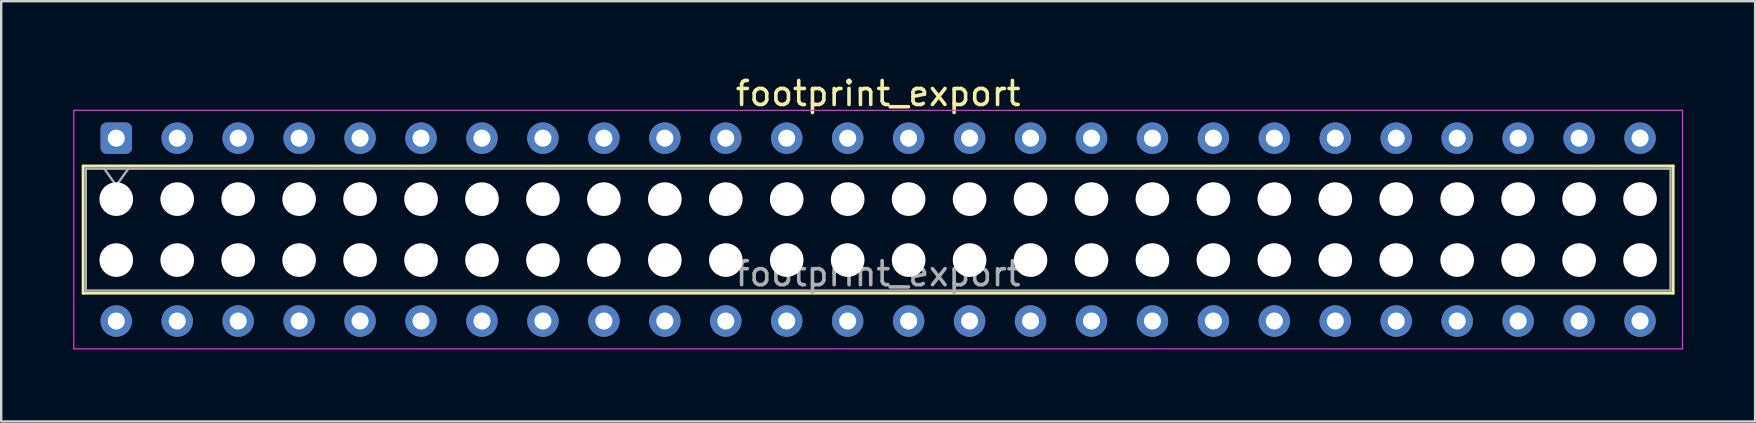
<source format=kicad_pcb>
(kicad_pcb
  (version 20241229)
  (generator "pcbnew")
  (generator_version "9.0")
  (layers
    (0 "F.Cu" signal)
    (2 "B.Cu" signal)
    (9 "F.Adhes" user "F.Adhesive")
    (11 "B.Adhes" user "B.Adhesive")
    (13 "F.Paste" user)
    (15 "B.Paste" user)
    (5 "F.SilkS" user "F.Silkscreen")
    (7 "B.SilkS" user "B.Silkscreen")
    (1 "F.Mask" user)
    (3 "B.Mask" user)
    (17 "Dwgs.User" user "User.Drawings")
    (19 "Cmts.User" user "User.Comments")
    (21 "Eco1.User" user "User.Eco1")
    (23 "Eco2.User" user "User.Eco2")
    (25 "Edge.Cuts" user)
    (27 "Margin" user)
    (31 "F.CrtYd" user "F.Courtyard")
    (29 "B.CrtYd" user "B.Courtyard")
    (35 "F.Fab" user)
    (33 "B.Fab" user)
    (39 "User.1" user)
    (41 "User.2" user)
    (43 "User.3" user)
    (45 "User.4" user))
  (footprint "footprint_export"
    (layer "F.Cu")
    (at 1.795 2.708)
    (property "Reference" "footprint_export" (at 31.75 -1.86 0) (layer "F.SilkS") (effects (font (size 1 1) (thickness 0.15))))
    (attr through_hole)
    (fp_line (start -1.38 1.16) (end 64.88 1.16) (stroke (width 0.12) (type solid)) (layer "F.SilkS"))
    (fp_line (start -1.38 6.46) (end -1.38 1.16) (stroke (width 0.12) (type solid)) (layer "F.SilkS"))
    (fp_line (start 64.88 1.16) (end 64.88 6.46) (stroke (width 0.12) (type solid)) (layer "F.SilkS"))
    (fp_line (start 64.88 6.46) (end -1.38 6.46) (stroke (width 0.12) (type solid)) (layer "F.SilkS"))
    (fp_line (start -1.77 -1.16) (end 65.27 -1.16) (stroke (width 0.05) (type solid)) (layer "F.CrtYd"))
    (fp_line (start -1.77 8.78) (end -1.77 -1.16) (stroke (width 0.05) (type solid)) (layer "F.CrtYd"))
    (fp_line (start 65.27 -1.16) (end 65.27 8.78) (stroke (width 0.05) (type solid)) (layer "F.CrtYd"))
    (fp_line (start 65.27 8.78) (end -1.77 8.78) (stroke (width 0.05) (type solid)) (layer "F.CrtYd"))
    (fp_line (start -1.27 1.27) (end 64.77 1.27) (stroke (width 0.1) (type solid)) (layer "F.Fab"))
    (fp_line (start -1.27 6.35) (end -1.27 1.27) (stroke (width 0.1) (type solid)) (layer "F.Fab"))
    (fp_line (start -0.5 1.27) (end 0 1.977) (stroke (width 0.1) (type solid)) (layer "F.Fab"))
    (fp_line (start 0 1.977) (end 0.5 1.27) (stroke (width 0.1) (type solid)) (layer "F.Fab"))
    (fp_line (start 64.77 1.27) (end 64.77 6.35) (stroke (width 0.1) (type solid)) (layer "F.Fab"))
    (fp_line (start 64.77 6.35) (end -1.27 6.35) (stroke (width 0.1) (type solid)) (layer "F.Fab"))
    (fp_text user "${REFERENCE}" (at 31.75 5.65 0) (layer "F.Fab") (effects (font (size 1 1) (thickness 0.15))))
    (pad "" np_thru_hole circle (at 0 2.54) (size 1.4 1.4) (drill 1.4) (layers "*.Cu" "*.Mask"))
    (pad "" np_thru_hole circle (at 0 5.08) (size 1.4 1.4) (drill 1.4) (layers "*.Cu" "*.Mask"))
    (pad "" np_thru_hole circle (at 2.54 2.54) (size 1.4 1.4) (drill 1.4) (layers "*.Cu" "*.Mask"))
    (pad "" np_thru_hole circle (at 2.54 5.08) (size 1.4 1.4) (drill 1.4) (layers "*.Cu" "*.Mask"))
    (pad "" np_thru_hole circle (at 5.08 2.54) (size 1.4 1.4) (drill 1.4) (layers "*.Cu" "*.Mask"))
    (pad "" np_thru_hole circle (at 5.08 5.08) (size 1.4 1.4) (drill 1.4) (layers "*.Cu" "*.Mask"))
    (pad "" np_thru_hole circle (at 7.62 2.54) (size 1.4 1.4) (drill 1.4) (layers "*.Cu" "*.Mask"))
    (pad "" np_thru_hole circle (at 7.62 5.08) (size 1.4 1.4) (drill 1.4) (layers "*.Cu" "*.Mask"))
    (pad "" np_thru_hole circle (at 10.16 2.54) (size 1.4 1.4) (drill 1.4) (layers "*.Cu" "*.Mask"))
    (pad "" np_thru_hole circle (at 10.16 5.08) (size 1.4 1.4) (drill 1.4) (layers "*.Cu" "*.Mask"))
    (pad "" np_thru_hole circle (at 12.7 2.54) (size 1.4 1.4) (drill 1.4) (layers "*.Cu" "*.Mask"))
    (pad "" np_thru_hole circle (at 12.7 5.08) (size 1.4 1.4) (drill 1.4) (layers "*.Cu" "*.Mask"))
    (pad "" np_thru_hole circle (at 15.24 2.54) (size 1.4 1.4) (drill 1.4) (layers "*.Cu" "*.Mask"))
    (pad "" np_thru_hole circle (at 15.24 5.08) (size 1.4 1.4) (drill 1.4) (layers "*.Cu" "*.Mask"))
    (pad "" np_thru_hole circle (at 17.78 2.54) (size 1.4 1.4) (drill 1.4) (layers "*.Cu" "*.Mask"))
    (pad "" np_thru_hole circle (at 17.78 5.08) (size 1.4 1.4) (drill 1.4) (layers "*.Cu" "*.Mask"))
    (pad "" np_thru_hole circle (at 20.32 2.54) (size 1.4 1.4) (drill 1.4) (layers "*.Cu" "*.Mask"))
    (pad "" np_thru_hole circle (at 20.32 5.08) (size 1.4 1.4) (drill 1.4) (layers "*.Cu" "*.Mask"))
    (pad "" np_thru_hole circle (at 22.86 2.54) (size 1.4 1.4) (drill 1.4) (layers "*.Cu" "*.Mask"))
    (pad "" np_thru_hole circle (at 22.86 5.08) (size 1.4 1.4) (drill 1.4) (layers "*.Cu" "*.Mask"))
    (pad "" np_thru_hole circle (at 25.4 2.54) (size 1.4 1.4) (drill 1.4) (layers "*.Cu" "*.Mask"))
    (pad "" np_thru_hole circle (at 25.4 5.08) (size 1.4 1.4) (drill 1.4) (layers "*.Cu" "*.Mask"))
    (pad "" np_thru_hole circle (at 27.94 2.54) (size 1.4 1.4) (drill 1.4) (layers "*.Cu" "*.Mask"))
    (pad "" np_thru_hole circle (at 27.94 5.08) (size 1.4 1.4) (drill 1.4) (layers "*.Cu" "*.Mask"))
    (pad "" np_thru_hole circle (at 30.48 2.54) (size 1.4 1.4) (drill 1.4) (layers "*.Cu" "*.Mask"))
    (pad "" np_thru_hole circle (at 30.48 5.08) (size 1.4 1.4) (drill 1.4) (layers "*.Cu" "*.Mask"))
    (pad "" np_thru_hole circle (at 33.02 2.54) (size 1.4 1.4) (drill 1.4) (layers "*.Cu" "*.Mask"))
    (pad "" np_thru_hole circle (at 33.02 5.08) (size 1.4 1.4) (drill 1.4) (layers "*.Cu" "*.Mask"))
    (pad "" np_thru_hole circle (at 35.56 2.54) (size 1.4 1.4) (drill 1.4) (layers "*.Cu" "*.Mask"))
    (pad "" np_thru_hole circle (at 35.56 5.08) (size 1.4 1.4) (drill 1.4) (layers "*.Cu" "*.Mask"))
    (pad "" np_thru_hole circle (at 38.1 2.54) (size 1.4 1.4) (drill 1.4) (layers "*.Cu" "*.Mask"))
    (pad "" np_thru_hole circle (at 38.1 5.08) (size 1.4 1.4) (drill 1.4) (layers "*.Cu" "*.Mask"))
    (pad "" np_thru_hole circle (at 40.64 2.54) (size 1.4 1.4) (drill 1.4) (layers "*.Cu" "*.Mask"))
    (pad "" np_thru_hole circle (at 40.64 5.08) (size 1.4 1.4) (drill 1.4) (layers "*.Cu" "*.Mask"))
    (pad "" np_thru_hole circle (at 43.18 2.54) (size 1.4 1.4) (drill 1.4) (layers "*.Cu" "*.Mask"))
    (pad "" np_thru_hole circle (at 43.18 5.08) (size 1.4 1.4) (drill 1.4) (layers "*.Cu" "*.Mask"))
    (pad "" np_thru_hole circle (at 45.72 2.54) (size 1.4 1.4) (drill 1.4) (layers "*.Cu" "*.Mask"))
    (pad "" np_thru_hole circle (at 45.72 5.08) (size 1.4 1.4) (drill 1.4) (layers "*.Cu" "*.Mask"))
    (pad "" np_thru_hole circle (at 48.26 2.54) (size 1.4 1.4) (drill 1.4) (layers "*.Cu" "*.Mask"))
    (pad "" np_thru_hole circle (at 48.26 5.08) (size 1.4 1.4) (drill 1.4) (layers "*.Cu" "*.Mask"))
    (pad "" np_thru_hole circle (at 50.8 2.54) (size 1.4 1.4) (drill 1.4) (layers "*.Cu" "*.Mask"))
    (pad "" np_thru_hole circle (at 50.8 5.08) (size 1.4 1.4) (drill 1.4) (layers "*.Cu" "*.Mask"))
    (pad "" np_thru_hole circle (at 53.34 2.54) (size 1.4 1.4) (drill 1.4) (layers "*.Cu" "*.Mask"))
    (pad "" np_thru_hole circle (at 53.34 5.08) (size 1.4 1.4) (drill 1.4) (layers "*.Cu" "*.Mask"))
    (pad "" np_thru_hole circle (at 55.88 2.54) (size 1.4 1.4) (drill 1.4) (layers "*.Cu" "*.Mask"))
    (pad "" np_thru_hole circle (at 55.88 5.08) (size 1.4 1.4) (drill 1.4) (layers "*.Cu" "*.Mask"))
    (pad "" np_thru_hole circle (at 58.42 2.54) (size 1.4 1.4) (drill 1.4) (layers "*.Cu" "*.Mask"))
    (pad "" np_thru_hole circle (at 58.42 5.08) (size 1.4 1.4) (drill 1.4) (layers "*.Cu" "*.Mask"))
    (pad "" np_thru_hole circle (at 60.96 2.54) (size 1.4 1.4) (drill 1.4) (layers "*.Cu" "*.Mask"))
    (pad "" np_thru_hole circle (at 60.96 5.08) (size 1.4 1.4) (drill 1.4) (layers "*.Cu" "*.Mask"))
    (pad "" np_thru_hole circle (at 63.5 2.54) (size 1.4 1.4) (drill 1.4) (layers "*.Cu" "*.Mask"))
    (pad "" np_thru_hole circle (at 63.5 5.08) (size 1.4 1.4) (drill 1.4) (layers "*.Cu" "*.Mask"))
    (pad "1" thru_hole roundrect (at 0 0) (size 1.31 1.31) (drill 0.71) (layers "*.Cu" "*.Mask") (roundrect_rratio 0.191))
    (pad "2" thru_hole circle (at 0 7.62) (size 1.31 1.31) (drill 0.71) (layers "*.Cu" "*.Mask"))
    (pad "3" thru_hole circle (at 2.54 0) (size 1.31 1.31) (drill 0.71) (layers "*.Cu" "*.Mask"))
    (pad "4" thru_hole circle (at 2.54 7.62) (size 1.31 1.31) (drill 0.71) (layers "*.Cu" "*.Mask"))
    (pad "5" thru_hole circle (at 5.08 0) (size 1.31 1.31) (drill 0.71) (layers "*.Cu" "*.Mask"))
    (pad "6" thru_hole circle (at 5.08 7.62) (size 1.31 1.31) (drill 0.71) (layers "*.Cu" "*.Mask"))
    (pad "7" thru_hole circle (at 7.62 0) (size 1.31 1.31) (drill 0.71) (layers "*.Cu" "*.Mask"))
    (pad "8" thru_hole circle (at 7.62 7.62) (size 1.31 1.31) (drill 0.71) (layers "*.Cu" "*.Mask"))
    (pad "9" thru_hole circle (at 10.16 0) (size 1.31 1.31) (drill 0.71) (layers "*.Cu" "*.Mask"))
    (pad "10" thru_hole circle (at 10.16 7.62) (size 1.31 1.31) (drill 0.71) (layers "*.Cu" "*.Mask"))
    (pad "11" thru_hole circle (at 12.7 0) (size 1.31 1.31) (drill 0.71) (layers "*.Cu" "*.Mask"))
    (pad "12" thru_hole circle (at 12.7 7.62) (size 1.31 1.31) (drill 0.71) (layers "*.Cu" "*.Mask"))
    (pad "13" thru_hole circle (at 15.24 0) (size 1.31 1.31) (drill 0.71) (layers "*.Cu" "*.Mask"))
    (pad "14" thru_hole circle (at 15.24 7.62) (size 1.31 1.31) (drill 0.71) (layers "*.Cu" "*.Mask"))
    (pad "15" thru_hole circle (at 17.78 0) (size 1.31 1.31) (drill 0.71) (layers "*.Cu" "*.Mask"))
    (pad "16" thru_hole circle (at 17.78 7.62) (size 1.31 1.31) (drill 0.71) (layers "*.Cu" "*.Mask"))
    (pad "17" thru_hole circle (at 20.32 0) (size 1.31 1.31) (drill 0.71) (layers "*.Cu" "*.Mask"))
    (pad "18" thru_hole circle (at 20.32 7.62) (size 1.31 1.31) (drill 0.71) (layers "*.Cu" "*.Mask"))
    (pad "19" thru_hole circle (at 22.86 0) (size 1.31 1.31) (drill 0.71) (layers "*.Cu" "*.Mask"))
    (pad "20" thru_hole circle (at 22.86 7.62) (size 1.31 1.31) (drill 0.71) (layers "*.Cu" "*.Mask"))
    (pad "21" thru_hole circle (at 25.4 0) (size 1.31 1.31) (drill 0.71) (layers "*.Cu" "*.Mask"))
    (pad "22" thru_hole circle (at 25.4 7.62) (size 1.31 1.31) (drill 0.71) (layers "*.Cu" "*.Mask"))
    (pad "23" thru_hole circle (at 27.94 0) (size 1.31 1.31) (drill 0.71) (layers "*.Cu" "*.Mask"))
    (pad "24" thru_hole circle (at 27.94 7.62) (size 1.31 1.31) (drill 0.71) (layers "*.Cu" "*.Mask"))
    (pad "25" thru_hole circle (at 30.48 0) (size 1.31 1.31) (drill 0.71) (layers "*.Cu" "*.Mask"))
    (pad "26" thru_hole circle (at 30.48 7.62) (size 1.31 1.31) (drill 0.71) (layers "*.Cu" "*.Mask"))
    (pad "27" thru_hole circle (at 33.02 0) (size 1.31 1.31) (drill 0.71) (layers "*.Cu" "*.Mask"))
    (pad "28" thru_hole circle (at 33.02 7.62) (size 1.31 1.31) (drill 0.71) (layers "*.Cu" "*.Mask"))
    (pad "29" thru_hole circle (at 35.56 0) (size 1.31 1.31) (drill 0.71) (layers "*.Cu" "*.Mask"))
    (pad "30" thru_hole circle (at 35.56 7.62) (size 1.31 1.31) (drill 0.71) (layers "*.Cu" "*.Mask"))
    (pad "31" thru_hole circle (at 38.1 0) (size 1.31 1.31) (drill 0.71) (layers "*.Cu" "*.Mask"))
    (pad "32" thru_hole circle (at 38.1 7.62) (size 1.31 1.31) (drill 0.71) (layers "*.Cu" "*.Mask"))
    (pad "33" thru_hole circle (at 40.64 0) (size 1.31 1.31) (drill 0.71) (layers "*.Cu" "*.Mask"))
    (pad "34" thru_hole circle (at 40.64 7.62) (size 1.31 1.31) (drill 0.71) (layers "*.Cu" "*.Mask"))
    (pad "35" thru_hole circle (at 43.18 0) (size 1.31 1.31) (drill 0.71) (layers "*.Cu" "*.Mask"))
    (pad "36" thru_hole circle (at 43.18 7.62) (size 1.31 1.31) (drill 0.71) (layers "*.Cu" "*.Mask"))
    (pad "37" thru_hole circle (at 45.72 0) (size 1.31 1.31) (drill 0.71) (layers "*.Cu" "*.Mask"))
    (pad "38" thru_hole circle (at 45.72 7.62) (size 1.31 1.31) (drill 0.71) (layers "*.Cu" "*.Mask"))
    (pad "39" thru_hole circle (at 48.26 0) (size 1.31 1.31) (drill 0.71) (layers "*.Cu" "*.Mask"))
    (pad "40" thru_hole circle (at 48.26 7.62) (size 1.31 1.31) (drill 0.71) (layers "*.Cu" "*.Mask"))
    (pad "41" thru_hole circle (at 50.8 0) (size 1.31 1.31) (drill 0.71) (layers "*.Cu" "*.Mask"))
    (pad "42" thru_hole circle (at 50.8 7.62) (size 1.31 1.31) (drill 0.71) (layers "*.Cu" "*.Mask"))
    (pad "43" thru_hole circle (at 53.34 0) (size 1.31 1.31) (drill 0.71) (layers "*.Cu" "*.Mask"))
    (pad "44" thru_hole circle (at 53.34 7.62) (size 1.31 1.31) (drill 0.71) (layers "*.Cu" "*.Mask"))
    (pad "45" thru_hole circle (at 55.88 0) (size 1.31 1.31) (drill 0.71) (layers "*.Cu" "*.Mask"))
    (pad "46" thru_hole circle (at 55.88 7.62) (size 1.31 1.31) (drill 0.71) (layers "*.Cu" "*.Mask"))
    (pad "47" thru_hole circle (at 58.42 0) (size 1.31 1.31) (drill 0.71) (layers "*.Cu" "*.Mask"))
    (pad "48" thru_hole circle (at 58.42 7.62) (size 1.31 1.31) (drill 0.71) (layers "*.Cu" "*.Mask"))
    (pad "49" thru_hole circle (at 60.96 0) (size 1.31 1.31) (drill 0.71) (layers "*.Cu" "*.Mask"))
    (pad "50" thru_hole circle (at 60.96 7.62) (size 1.31 1.31) (drill 0.71) (layers "*.Cu" "*.Mask"))
    (pad "51" thru_hole circle (at 63.5 0) (size 1.31 1.31) (drill 0.71) (layers "*.Cu" "*.Mask"))
    (pad "52" thru_hole circle (at 63.5 7.62) (size 1.31 1.31) (drill 0.71) (layers "*.Cu" "*.Mask")))
  (gr_rect
    (start -3 -3)
    (end 70.09 14.513)
    (stroke (width 0.1) (type default))
    (fill no)
    (layer "Edge.Cuts")))
</source>
